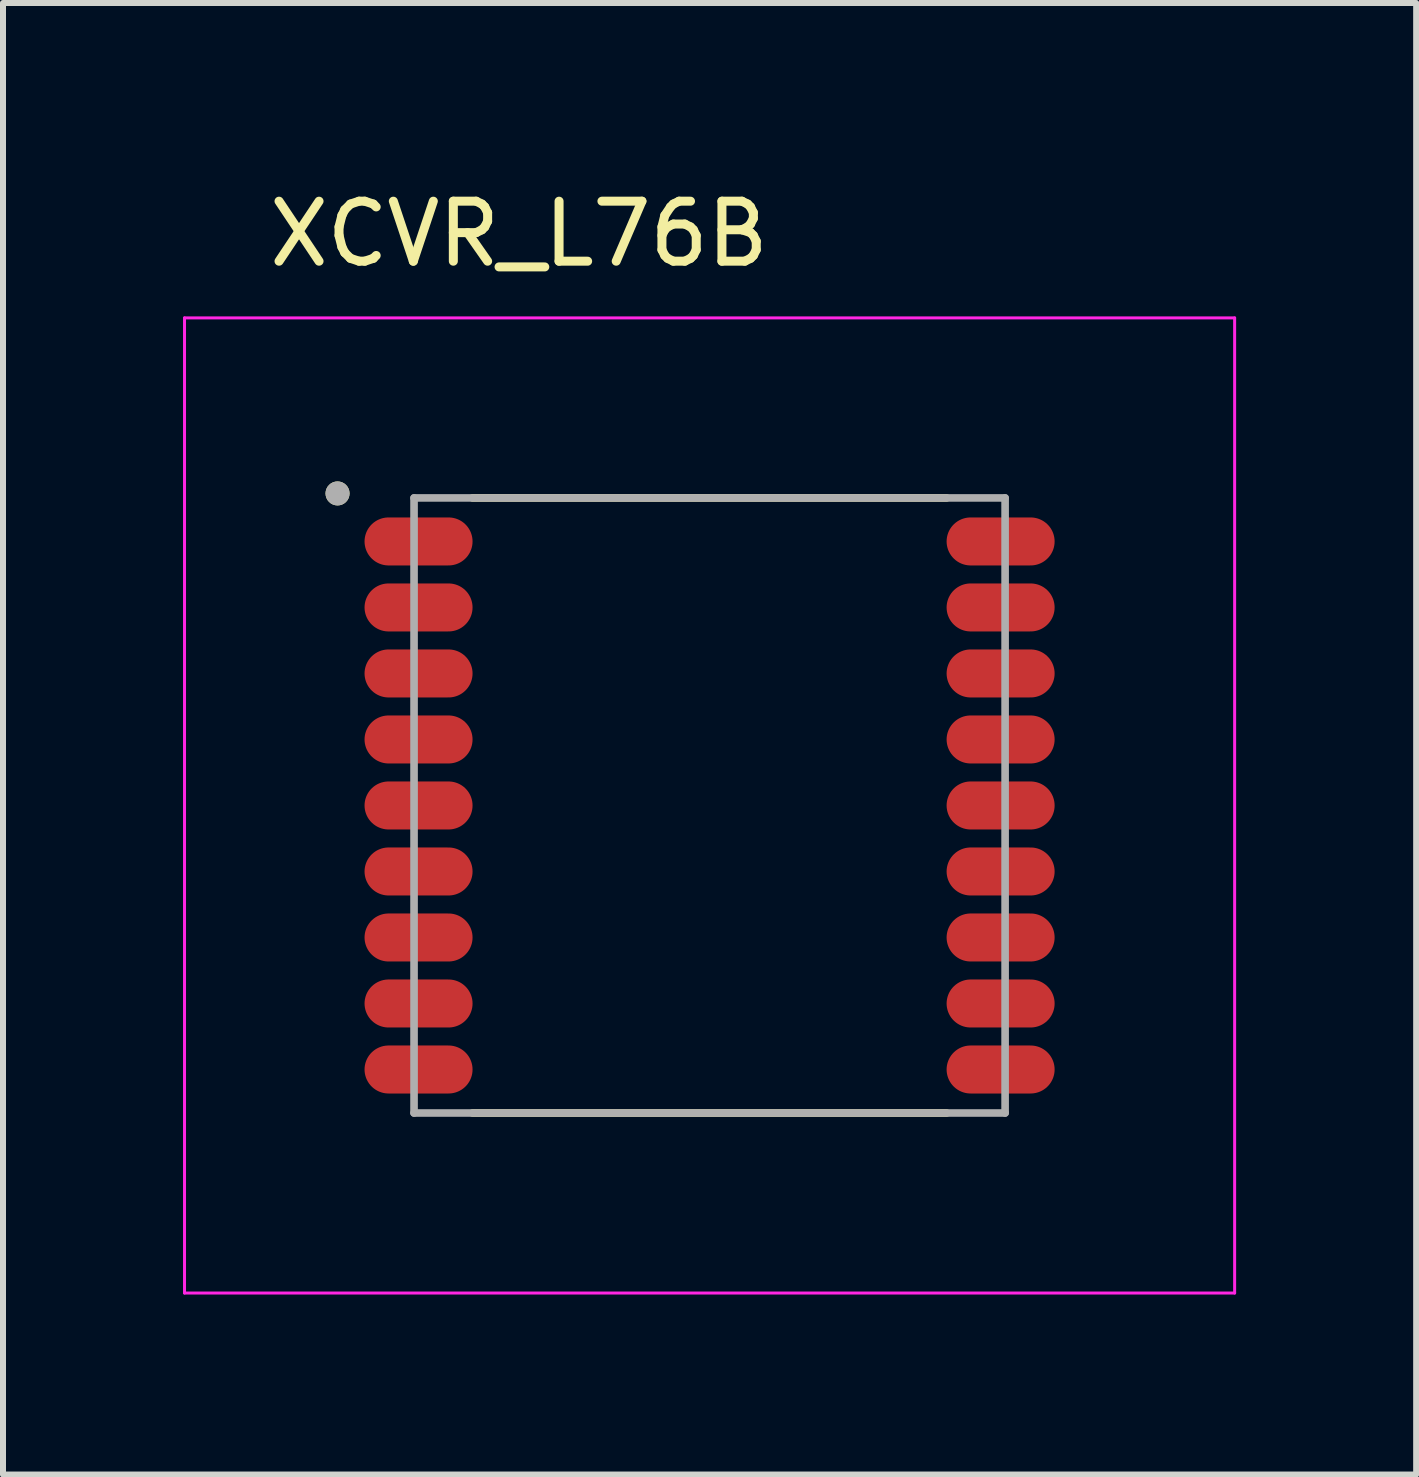
<source format=kicad_pcb>
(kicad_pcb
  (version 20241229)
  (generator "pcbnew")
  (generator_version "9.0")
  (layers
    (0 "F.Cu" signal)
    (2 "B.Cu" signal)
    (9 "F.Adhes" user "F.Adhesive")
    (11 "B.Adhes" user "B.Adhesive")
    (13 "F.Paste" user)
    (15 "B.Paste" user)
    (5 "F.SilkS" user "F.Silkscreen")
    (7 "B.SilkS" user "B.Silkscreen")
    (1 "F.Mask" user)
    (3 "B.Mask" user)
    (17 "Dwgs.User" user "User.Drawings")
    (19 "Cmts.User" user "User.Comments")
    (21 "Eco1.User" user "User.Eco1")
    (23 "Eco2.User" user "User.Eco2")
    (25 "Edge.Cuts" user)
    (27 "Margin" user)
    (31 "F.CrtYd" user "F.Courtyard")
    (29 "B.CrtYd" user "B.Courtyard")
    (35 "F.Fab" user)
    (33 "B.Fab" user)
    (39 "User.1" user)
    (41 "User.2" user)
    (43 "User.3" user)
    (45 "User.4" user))
  (footprint "XCVR_L76B"
    (layer "F.Cu")
    (at 8.775 10.373)
    (property "Reference" "XCVR_L76B" (at -3.175 -9.525 0) (layer "F.SilkS") (effects (font (size 1 1) (thickness 0.15))))
    (attr through_hole)
    (fp_line (start -3.95 -5.125) (end 3.95 -5.125) (stroke (width 0.127) (type solid)) (layer "F.SilkS"))
    (fp_line (start -3.95 5.125) (end 3.95 5.125) (stroke (width 0.127) (type solid)) (layer "F.SilkS"))
    (fp_circle (center -6.2 -5.2) (end -6.1 -5.2) (stroke (width 0.2) (type solid)) (fill no) (layer "F.SilkS"))
    (fp_poly (pts (xy -5.1 -4.8) (xy -4.45 -4.8) (xy -4.408 -4.798) (xy -4.367 -4.791) (xy -4.326 -4.78) (xy -4.287 -4.765) (xy -4.25 -4.746) (xy -4.215 -4.724) (xy -4.182 -4.697) (xy -4.153 -4.668) (xy -4.126 -4.635) (xy -4.104 -4.6) (xy -4.085 -4.563) (xy -4.07 -4.524) (xy -4.059 -4.483) (xy -4.052 -4.442) (xy -4.05 -4.4) (xy -4.052 -4.358) (xy -4.059 -4.317) (xy -4.07 -4.276) (xy -4.085 -4.237) (xy -4.104 -4.2) (xy -4.126 -4.165) (xy -4.153 -4.132) (xy -4.182 -4.103) (xy -4.215 -4.076) (xy -4.25 -4.054) (xy -4.287 -4.035) (xy -4.326 -4.02) (xy -4.367 -4.009) (xy -4.408 -4.002) (xy -4.45 -4) (xy -5.75 -4) (xy -5.792 -4.002) (xy -5.833 -4.009) (xy -5.874 -4.02) (xy -5.913 -4.035) (xy -5.95 -4.054) (xy -5.985 -4.076) (xy -6.018 -4.103) (xy -6.047 -4.132) (xy -6.074 -4.165) (xy -6.096 -4.2) (xy -6.115 -4.237) (xy -6.13 -4.276) (xy -6.141 -4.317) (xy -6.148 -4.358) (xy -6.15 -4.4) (xy -6.148 -4.442) (xy -6.141 -4.483) (xy -6.13 -4.524) (xy -6.115 -4.563) (xy -6.096 -4.6) (xy -6.074 -4.635) (xy -6.047 -4.668) (xy -6.018 -4.697) (xy -5.985 -4.724) (xy -5.95 -4.746) (xy -5.913 -4.765) (xy -5.874 -4.78) (xy -5.833 -4.791) (xy -5.792 -4.798) (xy -5.75 -4.8) (xy -5.1 -4.8)) (stroke (width 0.0001) (type solid)) (fill yes) (layer "F.Paste"))
    (fp_poly (pts (xy -5.1 -3.7) (xy -4.45 -3.7) (xy -4.408 -3.698) (xy -4.367 -3.691) (xy -4.326 -3.68) (xy -4.287 -3.665) (xy -4.25 -3.646) (xy -4.215 -3.624) (xy -4.182 -3.597) (xy -4.153 -3.568) (xy -4.126 -3.535) (xy -4.104 -3.5) (xy -4.085 -3.463) (xy -4.07 -3.424) (xy -4.059 -3.383) (xy -4.052 -3.342) (xy -4.05 -3.3) (xy -4.052 -3.258) (xy -4.059 -3.217) (xy -4.07 -3.176) (xy -4.085 -3.137) (xy -4.104 -3.1) (xy -4.126 -3.065) (xy -4.153 -3.032) (xy -4.182 -3.003) (xy -4.215 -2.976) (xy -4.25 -2.954) (xy -4.287 -2.935) (xy -4.326 -2.92) (xy -4.367 -2.909) (xy -4.408 -2.902) (xy -4.45 -2.9) (xy -5.75 -2.9) (xy -5.792 -2.902) (xy -5.833 -2.909) (xy -5.874 -2.92) (xy -5.913 -2.935) (xy -5.95 -2.954) (xy -5.985 -2.976) (xy -6.018 -3.003) (xy -6.047 -3.032) (xy -6.074 -3.065) (xy -6.096 -3.1) (xy -6.115 -3.137) (xy -6.13 -3.176) (xy -6.141 -3.217) (xy -6.148 -3.258) (xy -6.15 -3.3) (xy -6.148 -3.342) (xy -6.141 -3.383) (xy -6.13 -3.424) (xy -6.115 -3.463) (xy -6.096 -3.5) (xy -6.074 -3.535) (xy -6.047 -3.568) (xy -6.018 -3.597) (xy -5.985 -3.624) (xy -5.95 -3.646) (xy -5.913 -3.665) (xy -5.874 -3.68) (xy -5.833 -3.691) (xy -5.792 -3.698) (xy -5.75 -3.7) (xy -5.1 -3.7)) (stroke (width 0.0001) (type solid)) (fill yes) (layer "F.Paste"))
    (fp_poly (pts (xy -5.1 -2.6) (xy -4.45 -2.6) (xy -4.408 -2.598) (xy -4.367 -2.591) (xy -4.326 -2.58) (xy -4.287 -2.565) (xy -4.25 -2.546) (xy -4.215 -2.524) (xy -4.182 -2.497) (xy -4.153 -2.468) (xy -4.126 -2.435) (xy -4.104 -2.4) (xy -4.085 -2.363) (xy -4.07 -2.324) (xy -4.059 -2.283) (xy -4.052 -2.242) (xy -4.05 -2.2) (xy -4.052 -2.158) (xy -4.059 -2.117) (xy -4.07 -2.076) (xy -4.085 -2.037) (xy -4.104 -2) (xy -4.126 -1.965) (xy -4.153 -1.932) (xy -4.182 -1.903) (xy -4.215 -1.876) (xy -4.25 -1.854) (xy -4.287 -1.835) (xy -4.326 -1.82) (xy -4.367 -1.809) (xy -4.408 -1.802) (xy -4.45 -1.8) (xy -5.75 -1.8) (xy -5.792 -1.802) (xy -5.833 -1.809) (xy -5.874 -1.82) (xy -5.913 -1.835) (xy -5.95 -1.854) (xy -5.985 -1.876) (xy -6.018 -1.903) (xy -6.047 -1.932) (xy -6.074 -1.965) (xy -6.096 -2) (xy -6.115 -2.037) (xy -6.13 -2.076) (xy -6.141 -2.117) (xy -6.148 -2.158) (xy -6.15 -2.2) (xy -6.148 -2.242) (xy -6.141 -2.283) (xy -6.13 -2.324) (xy -6.115 -2.363) (xy -6.096 -2.4) (xy -6.074 -2.435) (xy -6.047 -2.468) (xy -6.018 -2.497) (xy -5.985 -2.524) (xy -5.95 -2.546) (xy -5.913 -2.565) (xy -5.874 -2.58) (xy -5.833 -2.591) (xy -5.792 -2.598) (xy -5.75 -2.6) (xy -5.1 -2.6)) (stroke (width 0.0001) (type solid)) (fill yes) (layer "F.Paste"))
    (fp_poly (pts (xy -5.1 -1.5) (xy -4.45 -1.5) (xy -4.408 -1.498) (xy -4.367 -1.491) (xy -4.326 -1.48) (xy -4.287 -1.465) (xy -4.25 -1.446) (xy -4.215 -1.424) (xy -4.182 -1.397) (xy -4.153 -1.368) (xy -4.126 -1.335) (xy -4.104 -1.3) (xy -4.085 -1.263) (xy -4.07 -1.224) (xy -4.059 -1.183) (xy -4.052 -1.142) (xy -4.05 -1.1) (xy -4.052 -1.058) (xy -4.059 -1.017) (xy -4.07 -0.976) (xy -4.085 -0.937) (xy -4.104 -0.9) (xy -4.126 -0.865) (xy -4.153 -0.832) (xy -4.182 -0.803) (xy -4.215 -0.776) (xy -4.25 -0.754) (xy -4.287 -0.735) (xy -4.326 -0.72) (xy -4.367 -0.709) (xy -4.408 -0.702) (xy -4.45 -0.7) (xy -5.75 -0.7) (xy -5.792 -0.702) (xy -5.833 -0.709) (xy -5.874 -0.72) (xy -5.913 -0.735) (xy -5.95 -0.754) (xy -5.985 -0.776) (xy -6.018 -0.803) (xy -6.047 -0.832) (xy -6.074 -0.865) (xy -6.096 -0.9) (xy -6.115 -0.937) (xy -6.13 -0.976) (xy -6.141 -1.017) (xy -6.148 -1.058) (xy -6.15 -1.1) (xy -6.148 -1.142) (xy -6.141 -1.183) (xy -6.13 -1.224) (xy -6.115 -1.263) (xy -6.096 -1.3) (xy -6.074 -1.335) (xy -6.047 -1.368) (xy -6.018 -1.397) (xy -5.985 -1.424) (xy -5.95 -1.446) (xy -5.913 -1.465) (xy -5.874 -1.48) (xy -5.833 -1.491) (xy -5.792 -1.498) (xy -5.75 -1.5) (xy -5.1 -1.5)) (stroke (width 0.0001) (type solid)) (fill yes) (layer "F.Paste"))
    (fp_poly (pts (xy -5.1 -0.4) (xy -4.45 -0.4) (xy -4.408 -0.398) (xy -4.367 -0.391) (xy -4.326 -0.38) (xy -4.287 -0.365) (xy -4.25 -0.346) (xy -4.215 -0.324) (xy -4.182 -0.297) (xy -4.153 -0.268) (xy -4.126 -0.235) (xy -4.104 -0.2) (xy -4.085 -0.163) (xy -4.07 -0.124) (xy -4.059 -0.083) (xy -4.052 -0.042) (xy -4.05 0) (xy -4.052 0.042) (xy -4.059 0.083) (xy -4.07 0.124) (xy -4.085 0.163) (xy -4.104 0.2) (xy -4.126 0.235) (xy -4.153 0.268) (xy -4.182 0.297) (xy -4.215 0.324) (xy -4.25 0.346) (xy -4.287 0.365) (xy -4.326 0.38) (xy -4.367 0.391) (xy -4.408 0.398) (xy -4.45 0.4) (xy -5.75 0.4) (xy -5.792 0.398) (xy -5.833 0.391) (xy -5.874 0.38) (xy -5.913 0.365) (xy -5.95 0.346) (xy -5.985 0.324) (xy -6.018 0.297) (xy -6.047 0.268) (xy -6.074 0.235) (xy -6.096 0.2) (xy -6.115 0.163) (xy -6.13 0.124) (xy -6.141 0.083) (xy -6.148 0.042) (xy -6.15 0) (xy -6.148 -0.042) (xy -6.141 -0.083) (xy -6.13 -0.124) (xy -6.115 -0.163) (xy -6.096 -0.2) (xy -6.074 -0.235) (xy -6.047 -0.268) (xy -6.018 -0.297) (xy -5.985 -0.324) (xy -5.95 -0.346) (xy -5.913 -0.365) (xy -5.874 -0.38) (xy -5.833 -0.391) (xy -5.792 -0.398) (xy -5.75 -0.4) (xy -5.1 -0.4)) (stroke (width 0.0001) (type solid)) (fill yes) (layer "F.Paste"))
    (fp_poly (pts (xy -5.1 0.7) (xy -4.45 0.7) (xy -4.408 0.702) (xy -4.367 0.709) (xy -4.326 0.72) (xy -4.287 0.735) (xy -4.25 0.754) (xy -4.215 0.776) (xy -4.182 0.803) (xy -4.153 0.832) (xy -4.126 0.865) (xy -4.104 0.9) (xy -4.085 0.937) (xy -4.07 0.976) (xy -4.059 1.017) (xy -4.052 1.058) (xy -4.05 1.1) (xy -4.052 1.142) (xy -4.059 1.183) (xy -4.07 1.224) (xy -4.085 1.263) (xy -4.104 1.3) (xy -4.126 1.335) (xy -4.153 1.368) (xy -4.182 1.397) (xy -4.215 1.424) (xy -4.25 1.446) (xy -4.287 1.465) (xy -4.326 1.48) (xy -4.367 1.491) (xy -4.408 1.498) (xy -4.45 1.5) (xy -5.75 1.5) (xy -5.792 1.498) (xy -5.833 1.491) (xy -5.874 1.48) (xy -5.913 1.465) (xy -5.95 1.446) (xy -5.985 1.424) (xy -6.018 1.397) (xy -6.047 1.368) (xy -6.074 1.335) (xy -6.096 1.3) (xy -6.115 1.263) (xy -6.13 1.224) (xy -6.141 1.183) (xy -6.148 1.142) (xy -6.15 1.1) (xy -6.148 1.058) (xy -6.141 1.017) (xy -6.13 0.976) (xy -6.115 0.937) (xy -6.096 0.9) (xy -6.074 0.865) (xy -6.047 0.832) (xy -6.018 0.803) (xy -5.985 0.776) (xy -5.95 0.754) (xy -5.913 0.735) (xy -5.874 0.72) (xy -5.833 0.709) (xy -5.792 0.702) (xy -5.75 0.7) (xy -5.1 0.7)) (stroke (width 0.0001) (type solid)) (fill yes) (layer "F.Paste"))
    (fp_poly (pts (xy -5.1 1.8) (xy -4.45 1.8) (xy -4.408 1.802) (xy -4.367 1.809) (xy -4.326 1.82) (xy -4.287 1.835) (xy -4.25 1.854) (xy -4.215 1.876) (xy -4.182 1.903) (xy -4.153 1.932) (xy -4.126 1.965) (xy -4.104 2) (xy -4.085 2.037) (xy -4.07 2.076) (xy -4.059 2.117) (xy -4.052 2.158) (xy -4.05 2.2) (xy -4.052 2.242) (xy -4.059 2.283) (xy -4.07 2.324) (xy -4.085 2.363) (xy -4.104 2.4) (xy -4.126 2.435) (xy -4.153 2.468) (xy -4.182 2.497) (xy -4.215 2.524) (xy -4.25 2.546) (xy -4.287 2.565) (xy -4.326 2.58) (xy -4.367 2.591) (xy -4.408 2.598) (xy -4.45 2.6) (xy -5.75 2.6) (xy -5.792 2.598) (xy -5.833 2.591) (xy -5.874 2.58) (xy -5.913 2.565) (xy -5.95 2.546) (xy -5.985 2.524) (xy -6.018 2.497) (xy -6.047 2.468) (xy -6.074 2.435) (xy -6.096 2.4) (xy -6.115 2.363) (xy -6.13 2.324) (xy -6.141 2.283) (xy -6.148 2.242) (xy -6.15 2.2) (xy -6.148 2.158) (xy -6.141 2.117) (xy -6.13 2.076) (xy -6.115 2.037) (xy -6.096 2) (xy -6.074 1.965) (xy -6.047 1.932) (xy -6.018 1.903) (xy -5.985 1.876) (xy -5.95 1.854) (xy -5.913 1.835) (xy -5.874 1.82) (xy -5.833 1.809) (xy -5.792 1.802) (xy -5.75 1.8) (xy -5.1 1.8)) (stroke (width 0.0001) (type solid)) (fill yes) (layer "F.Paste"))
    (fp_poly (pts (xy -5.1 2.9) (xy -4.45 2.9) (xy -4.408 2.902) (xy -4.367 2.909) (xy -4.326 2.92) (xy -4.287 2.935) (xy -4.25 2.954) (xy -4.215 2.976) (xy -4.182 3.003) (xy -4.153 3.032) (xy -4.126 3.065) (xy -4.104 3.1) (xy -4.085 3.137) (xy -4.07 3.176) (xy -4.059 3.217) (xy -4.052 3.258) (xy -4.05 3.3) (xy -4.052 3.342) (xy -4.059 3.383) (xy -4.07 3.424) (xy -4.085 3.463) (xy -4.104 3.5) (xy -4.126 3.535) (xy -4.153 3.568) (xy -4.182 3.597) (xy -4.215 3.624) (xy -4.25 3.646) (xy -4.287 3.665) (xy -4.326 3.68) (xy -4.367 3.691) (xy -4.408 3.698) (xy -4.45 3.7) (xy -5.75 3.7) (xy -5.792 3.698) (xy -5.833 3.691) (xy -5.874 3.68) (xy -5.913 3.665) (xy -5.95 3.646) (xy -5.985 3.624) (xy -6.018 3.597) (xy -6.047 3.568) (xy -6.074 3.535) (xy -6.096 3.5) (xy -6.115 3.463) (xy -6.13 3.424) (xy -6.141 3.383) (xy -6.148 3.342) (xy -6.15 3.3) (xy -6.148 3.258) (xy -6.141 3.217) (xy -6.13 3.176) (xy -6.115 3.137) (xy -6.096 3.1) (xy -6.074 3.065) (xy -6.047 3.032) (xy -6.018 3.003) (xy -5.985 2.976) (xy -5.95 2.954) (xy -5.913 2.935) (xy -5.874 2.92) (xy -5.833 2.909) (xy -5.792 2.902) (xy -5.75 2.9) (xy -5.1 2.9)) (stroke (width 0.0001) (type solid)) (fill yes) (layer "F.Paste"))
    (fp_poly (pts (xy -5.1 4) (xy -4.45 4) (xy -4.408 4.002) (xy -4.367 4.009) (xy -4.326 4.02) (xy -4.287 4.035) (xy -4.25 4.054) (xy -4.215 4.076) (xy -4.182 4.103) (xy -4.153 4.132) (xy -4.126 4.165) (xy -4.104 4.2) (xy -4.085 4.237) (xy -4.07 4.276) (xy -4.059 4.317) (xy -4.052 4.358) (xy -4.05 4.4) (xy -4.052 4.442) (xy -4.059 4.483) (xy -4.07 4.524) (xy -4.085 4.563) (xy -4.104 4.6) (xy -4.126 4.635) (xy -4.153 4.668) (xy -4.182 4.697) (xy -4.215 4.724) (xy -4.25 4.746) (xy -4.287 4.765) (xy -4.326 4.78) (xy -4.367 4.791) (xy -4.408 4.798) (xy -4.45 4.8) (xy -5.75 4.8) (xy -5.792 4.798) (xy -5.833 4.791) (xy -5.874 4.78) (xy -5.913 4.765) (xy -5.95 4.746) (xy -5.985 4.724) (xy -6.018 4.697) (xy -6.047 4.668) (xy -6.074 4.635) (xy -6.096 4.6) (xy -6.115 4.563) (xy -6.13 4.524) (xy -6.141 4.483) (xy -6.148 4.442) (xy -6.15 4.4) (xy -6.148 4.358) (xy -6.141 4.317) (xy -6.13 4.276) (xy -6.115 4.237) (xy -6.096 4.2) (xy -6.074 4.165) (xy -6.047 4.132) (xy -6.018 4.103) (xy -5.985 4.076) (xy -5.95 4.054) (xy -5.913 4.035) (xy -5.874 4.02) (xy -5.833 4.009) (xy -5.792 4.002) (xy -5.75 4) (xy -5.1 4)) (stroke (width 0.0001) (type solid)) (fill yes) (layer "F.Paste"))
    (fp_poly (pts (xy 5.1 -4.8) (xy 5.75 -4.8) (xy 5.792 -4.798) (xy 5.833 -4.791) (xy 5.874 -4.78) (xy 5.913 -4.765) (xy 5.95 -4.746) (xy 5.985 -4.724) (xy 6.018 -4.697) (xy 6.047 -4.668) (xy 6.074 -4.635) (xy 6.096 -4.6) (xy 6.115 -4.563) (xy 6.13 -4.524) (xy 6.141 -4.483) (xy 6.148 -4.442) (xy 6.15 -4.4) (xy 6.148 -4.358) (xy 6.141 -4.317) (xy 6.13 -4.276) (xy 6.115 -4.237) (xy 6.096 -4.2) (xy 6.074 -4.165) (xy 6.047 -4.132) (xy 6.018 -4.103) (xy 5.985 -4.076) (xy 5.95 -4.054) (xy 5.913 -4.035) (xy 5.874 -4.02) (xy 5.833 -4.009) (xy 5.792 -4.002) (xy 5.75 -4) (xy 4.45 -4) (xy 4.408 -4.002) (xy 4.367 -4.009) (xy 4.326 -4.02) (xy 4.287 -4.035) (xy 4.25 -4.054) (xy 4.215 -4.076) (xy 4.182 -4.103) (xy 4.153 -4.132) (xy 4.126 -4.165) (xy 4.104 -4.2) (xy 4.085 -4.237) (xy 4.07 -4.276) (xy 4.059 -4.317) (xy 4.052 -4.358) (xy 4.05 -4.4) (xy 4.052 -4.442) (xy 4.059 -4.483) (xy 4.07 -4.524) (xy 4.085 -4.563) (xy 4.104 -4.6) (xy 4.126 -4.635) (xy 4.153 -4.668) (xy 4.182 -4.697) (xy 4.215 -4.724) (xy 4.25 -4.746) (xy 4.287 -4.765) (xy 4.326 -4.78) (xy 4.367 -4.791) (xy 4.408 -4.798) (xy 4.45 -4.8) (xy 5.1 -4.8)) (stroke (width 0.0001) (type solid)) (fill yes) (layer "F.Paste"))
    (fp_poly (pts (xy 5.1 -3.7) (xy 5.75 -3.7) (xy 5.792 -3.698) (xy 5.833 -3.691) (xy 5.874 -3.68) (xy 5.913 -3.665) (xy 5.95 -3.646) (xy 5.985 -3.624) (xy 6.018 -3.597) (xy 6.047 -3.568) (xy 6.074 -3.535) (xy 6.096 -3.5) (xy 6.115 -3.463) (xy 6.13 -3.424) (xy 6.141 -3.383) (xy 6.148 -3.342) (xy 6.15 -3.3) (xy 6.148 -3.258) (xy 6.141 -3.217) (xy 6.13 -3.176) (xy 6.115 -3.137) (xy 6.096 -3.1) (xy 6.074 -3.065) (xy 6.047 -3.032) (xy 6.018 -3.003) (xy 5.985 -2.976) (xy 5.95 -2.954) (xy 5.913 -2.935) (xy 5.874 -2.92) (xy 5.833 -2.909) (xy 5.792 -2.902) (xy 5.75 -2.9) (xy 4.45 -2.9) (xy 4.408 -2.902) (xy 4.367 -2.909) (xy 4.326 -2.92) (xy 4.287 -2.935) (xy 4.25 -2.954) (xy 4.215 -2.976) (xy 4.182 -3.003) (xy 4.153 -3.032) (xy 4.126 -3.065) (xy 4.104 -3.1) (xy 4.085 -3.137) (xy 4.07 -3.176) (xy 4.059 -3.217) (xy 4.052 -3.258) (xy 4.05 -3.3) (xy 4.052 -3.342) (xy 4.059 -3.383) (xy 4.07 -3.424) (xy 4.085 -3.463) (xy 4.104 -3.5) (xy 4.126 -3.535) (xy 4.153 -3.568) (xy 4.182 -3.597) (xy 4.215 -3.624) (xy 4.25 -3.646) (xy 4.287 -3.665) (xy 4.326 -3.68) (xy 4.367 -3.691) (xy 4.408 -3.698) (xy 4.45 -3.7) (xy 5.1 -3.7)) (stroke (width 0.0001) (type solid)) (fill yes) (layer "F.Paste"))
    (fp_poly (pts (xy 5.1 -2.6) (xy 5.75 -2.6) (xy 5.792 -2.598) (xy 5.833 -2.591) (xy 5.874 -2.58) (xy 5.913 -2.565) (xy 5.95 -2.546) (xy 5.985 -2.524) (xy 6.018 -2.497) (xy 6.047 -2.468) (xy 6.074 -2.435) (xy 6.096 -2.4) (xy 6.115 -2.363) (xy 6.13 -2.324) (xy 6.141 -2.283) (xy 6.148 -2.242) (xy 6.15 -2.2) (xy 6.148 -2.158) (xy 6.141 -2.117) (xy 6.13 -2.076) (xy 6.115 -2.037) (xy 6.096 -2) (xy 6.074 -1.965) (xy 6.047 -1.932) (xy 6.018 -1.903) (xy 5.985 -1.876) (xy 5.95 -1.854) (xy 5.913 -1.835) (xy 5.874 -1.82) (xy 5.833 -1.809) (xy 5.792 -1.802) (xy 5.75 -1.8) (xy 4.45 -1.8) (xy 4.408 -1.802) (xy 4.367 -1.809) (xy 4.326 -1.82) (xy 4.287 -1.835) (xy 4.25 -1.854) (xy 4.215 -1.876) (xy 4.182 -1.903) (xy 4.153 -1.932) (xy 4.126 -1.965) (xy 4.104 -2) (xy 4.085 -2.037) (xy 4.07 -2.076) (xy 4.059 -2.117) (xy 4.052 -2.158) (xy 4.05 -2.2) (xy 4.052 -2.242) (xy 4.059 -2.283) (xy 4.07 -2.324) (xy 4.085 -2.363) (xy 4.104 -2.4) (xy 4.126 -2.435) (xy 4.153 -2.468) (xy 4.182 -2.497) (xy 4.215 -2.524) (xy 4.25 -2.546) (xy 4.287 -2.565) (xy 4.326 -2.58) (xy 4.367 -2.591) (xy 4.408 -2.598) (xy 4.45 -2.6) (xy 5.1 -2.6)) (stroke (width 0.0001) (type solid)) (fill yes) (layer "F.Paste"))
    (fp_poly (pts (xy 5.1 -1.5) (xy 5.75 -1.5) (xy 5.792 -1.498) (xy 5.833 -1.491) (xy 5.874 -1.48) (xy 5.913 -1.465) (xy 5.95 -1.446) (xy 5.985 -1.424) (xy 6.018 -1.397) (xy 6.047 -1.368) (xy 6.074 -1.335) (xy 6.096 -1.3) (xy 6.115 -1.263) (xy 6.13 -1.224) (xy 6.141 -1.183) (xy 6.148 -1.142) (xy 6.15 -1.1) (xy 6.148 -1.058) (xy 6.141 -1.017) (xy 6.13 -0.976) (xy 6.115 -0.937) (xy 6.096 -0.9) (xy 6.074 -0.865) (xy 6.047 -0.832) (xy 6.018 -0.803) (xy 5.985 -0.776) (xy 5.95 -0.754) (xy 5.913 -0.735) (xy 5.874 -0.72) (xy 5.833 -0.709) (xy 5.792 -0.702) (xy 5.75 -0.7) (xy 4.45 -0.7) (xy 4.408 -0.702) (xy 4.367 -0.709) (xy 4.326 -0.72) (xy 4.287 -0.735) (xy 4.25 -0.754) (xy 4.215 -0.776) (xy 4.182 -0.803) (xy 4.153 -0.832) (xy 4.126 -0.865) (xy 4.104 -0.9) (xy 4.085 -0.937) (xy 4.07 -0.976) (xy 4.059 -1.017) (xy 4.052 -1.058) (xy 4.05 -1.1) (xy 4.052 -1.142) (xy 4.059 -1.183) (xy 4.07 -1.224) (xy 4.085 -1.263) (xy 4.104 -1.3) (xy 4.126 -1.335) (xy 4.153 -1.368) (xy 4.182 -1.397) (xy 4.215 -1.424) (xy 4.25 -1.446) (xy 4.287 -1.465) (xy 4.326 -1.48) (xy 4.367 -1.491) (xy 4.408 -1.498) (xy 4.45 -1.5) (xy 5.1 -1.5)) (stroke (width 0.0001) (type solid)) (fill yes) (layer "F.Paste"))
    (fp_poly (pts (xy 5.1 -0.4) (xy 5.75 -0.4) (xy 5.792 -0.398) (xy 5.833 -0.391) (xy 5.874 -0.38) (xy 5.913 -0.365) (xy 5.95 -0.346) (xy 5.985 -0.324) (xy 6.018 -0.297) (xy 6.047 -0.268) (xy 6.074 -0.235) (xy 6.096 -0.2) (xy 6.115 -0.163) (xy 6.13 -0.124) (xy 6.141 -0.083) (xy 6.148 -0.042) (xy 6.15 0) (xy 6.148 0.042) (xy 6.141 0.083) (xy 6.13 0.124) (xy 6.115 0.163) (xy 6.096 0.2) (xy 6.074 0.235) (xy 6.047 0.268) (xy 6.018 0.297) (xy 5.985 0.324) (xy 5.95 0.346) (xy 5.913 0.365) (xy 5.874 0.38) (xy 5.833 0.391) (xy 5.792 0.398) (xy 5.75 0.4) (xy 4.45 0.4) (xy 4.408 0.398) (xy 4.367 0.391) (xy 4.326 0.38) (xy 4.287 0.365) (xy 4.25 0.346) (xy 4.215 0.324) (xy 4.182 0.297) (xy 4.153 0.268) (xy 4.126 0.235) (xy 4.104 0.2) (xy 4.085 0.163) (xy 4.07 0.124) (xy 4.059 0.083) (xy 4.052 0.042) (xy 4.05 0) (xy 4.052 -0.042) (xy 4.059 -0.083) (xy 4.07 -0.124) (xy 4.085 -0.163) (xy 4.104 -0.2) (xy 4.126 -0.235) (xy 4.153 -0.268) (xy 4.182 -0.297) (xy 4.215 -0.324) (xy 4.25 -0.346) (xy 4.287 -0.365) (xy 4.326 -0.38) (xy 4.367 -0.391) (xy 4.408 -0.398) (xy 4.45 -0.4) (xy 5.1 -0.4)) (stroke (width 0.0001) (type solid)) (fill yes) (layer "F.Paste"))
    (fp_poly (pts (xy 5.1 0.7) (xy 5.75 0.7) (xy 5.792 0.702) (xy 5.833 0.709) (xy 5.874 0.72) (xy 5.913 0.735) (xy 5.95 0.754) (xy 5.985 0.776) (xy 6.018 0.803) (xy 6.047 0.832) (xy 6.074 0.865) (xy 6.096 0.9) (xy 6.115 0.937) (xy 6.13 0.976) (xy 6.141 1.017) (xy 6.148 1.058) (xy 6.15 1.1) (xy 6.148 1.142) (xy 6.141 1.183) (xy 6.13 1.224) (xy 6.115 1.263) (xy 6.096 1.3) (xy 6.074 1.335) (xy 6.047 1.368) (xy 6.018 1.397) (xy 5.985 1.424) (xy 5.95 1.446) (xy 5.913 1.465) (xy 5.874 1.48) (xy 5.833 1.491) (xy 5.792 1.498) (xy 5.75 1.5) (xy 4.45 1.5) (xy 4.408 1.498) (xy 4.367 1.491) (xy 4.326 1.48) (xy 4.287 1.465) (xy 4.25 1.446) (xy 4.215 1.424) (xy 4.182 1.397) (xy 4.153 1.368) (xy 4.126 1.335) (xy 4.104 1.3) (xy 4.085 1.263) (xy 4.07 1.224) (xy 4.059 1.183) (xy 4.052 1.142) (xy 4.05 1.1) (xy 4.052 1.058) (xy 4.059 1.017) (xy 4.07 0.976) (xy 4.085 0.937) (xy 4.104 0.9) (xy 4.126 0.865) (xy 4.153 0.832) (xy 4.182 0.803) (xy 4.215 0.776) (xy 4.25 0.754) (xy 4.287 0.735) (xy 4.326 0.72) (xy 4.367 0.709) (xy 4.408 0.702) (xy 4.45 0.7) (xy 5.1 0.7)) (stroke (width 0.0001) (type solid)) (fill yes) (layer "F.Paste"))
    (fp_poly (pts (xy 5.1 1.8) (xy 5.75 1.8) (xy 5.792 1.802) (xy 5.833 1.809) (xy 5.874 1.82) (xy 5.913 1.835) (xy 5.95 1.854) (xy 5.985 1.876) (xy 6.018 1.903) (xy 6.047 1.932) (xy 6.074 1.965) (xy 6.096 2) (xy 6.115 2.037) (xy 6.13 2.076) (xy 6.141 2.117) (xy 6.148 2.158) (xy 6.15 2.2) (xy 6.148 2.242) (xy 6.141 2.283) (xy 6.13 2.324) (xy 6.115 2.363) (xy 6.096 2.4) (xy 6.074 2.435) (xy 6.047 2.468) (xy 6.018 2.497) (xy 5.985 2.524) (xy 5.95 2.546) (xy 5.913 2.565) (xy 5.874 2.58) (xy 5.833 2.591) (xy 5.792 2.598) (xy 5.75 2.6) (xy 4.45 2.6) (xy 4.408 2.598) (xy 4.367 2.591) (xy 4.326 2.58) (xy 4.287 2.565) (xy 4.25 2.546) (xy 4.215 2.524) (xy 4.182 2.497) (xy 4.153 2.468) (xy 4.126 2.435) (xy 4.104 2.4) (xy 4.085 2.363) (xy 4.07 2.324) (xy 4.059 2.283) (xy 4.052 2.242) (xy 4.05 2.2) (xy 4.052 2.158) (xy 4.059 2.117) (xy 4.07 2.076) (xy 4.085 2.037) (xy 4.104 2) (xy 4.126 1.965) (xy 4.153 1.932) (xy 4.182 1.903) (xy 4.215 1.876) (xy 4.25 1.854) (xy 4.287 1.835) (xy 4.326 1.82) (xy 4.367 1.809) (xy 4.408 1.802) (xy 4.45 1.8) (xy 5.1 1.8)) (stroke (width 0.0001) (type solid)) (fill yes) (layer "F.Paste"))
    (fp_poly (pts (xy 5.1 2.9) (xy 5.75 2.9) (xy 5.792 2.902) (xy 5.833 2.909) (xy 5.874 2.92) (xy 5.913 2.935) (xy 5.95 2.954) (xy 5.985 2.976) (xy 6.018 3.003) (xy 6.047 3.032) (xy 6.074 3.065) (xy 6.096 3.1) (xy 6.115 3.137) (xy 6.13 3.176) (xy 6.141 3.217) (xy 6.148 3.258) (xy 6.15 3.3) (xy 6.148 3.342) (xy 6.141 3.383) (xy 6.13 3.424) (xy 6.115 3.463) (xy 6.096 3.5) (xy 6.074 3.535) (xy 6.047 3.568) (xy 6.018 3.597) (xy 5.985 3.624) (xy 5.95 3.646) (xy 5.913 3.665) (xy 5.874 3.68) (xy 5.833 3.691) (xy 5.792 3.698) (xy 5.75 3.7) (xy 4.45 3.7) (xy 4.408 3.698) (xy 4.367 3.691) (xy 4.326 3.68) (xy 4.287 3.665) (xy 4.25 3.646) (xy 4.215 3.624) (xy 4.182 3.597) (xy 4.153 3.568) (xy 4.126 3.535) (xy 4.104 3.5) (xy 4.085 3.463) (xy 4.07 3.424) (xy 4.059 3.383) (xy 4.052 3.342) (xy 4.05 3.3) (xy 4.052 3.258) (xy 4.059 3.217) (xy 4.07 3.176) (xy 4.085 3.137) (xy 4.104 3.1) (xy 4.126 3.065) (xy 4.153 3.032) (xy 4.182 3.003) (xy 4.215 2.976) (xy 4.25 2.954) (xy 4.287 2.935) (xy 4.326 2.92) (xy 4.367 2.909) (xy 4.408 2.902) (xy 4.45 2.9) (xy 5.1 2.9)) (stroke (width 0.0001) (type solid)) (fill yes) (layer "F.Paste"))
    (fp_poly (pts (xy 5.1 4) (xy 5.75 4) (xy 5.792 4.002) (xy 5.833 4.009) (xy 5.874 4.02) (xy 5.913 4.035) (xy 5.95 4.054) (xy 5.985 4.076) (xy 6.018 4.103) (xy 6.047 4.132) (xy 6.074 4.165) (xy 6.096 4.2) (xy 6.115 4.237) (xy 6.13 4.276) (xy 6.141 4.317) (xy 6.148 4.358) (xy 6.15 4.4) (xy 6.148 4.442) (xy 6.141 4.483) (xy 6.13 4.524) (xy 6.115 4.563) (xy 6.096 4.6) (xy 6.074 4.635) (xy 6.047 4.668) (xy 6.018 4.697) (xy 5.985 4.724) (xy 5.95 4.746) (xy 5.913 4.765) (xy 5.874 4.78) (xy 5.833 4.791) (xy 5.792 4.798) (xy 5.75 4.8) (xy 4.45 4.8) (xy 4.408 4.798) (xy 4.367 4.791) (xy 4.326 4.78) (xy 4.287 4.765) (xy 4.25 4.746) (xy 4.215 4.724) (xy 4.182 4.697) (xy 4.153 4.668) (xy 4.126 4.635) (xy 4.104 4.6) (xy 4.085 4.563) (xy 4.07 4.524) (xy 4.059 4.483) (xy 4.052 4.442) (xy 4.05 4.4) (xy 4.052 4.358) (xy 4.059 4.317) (xy 4.07 4.276) (xy 4.085 4.237) (xy 4.104 4.2) (xy 4.126 4.165) (xy 4.153 4.132) (xy 4.182 4.103) (xy 4.215 4.076) (xy 4.25 4.054) (xy 4.287 4.035) (xy 4.326 4.02) (xy 4.367 4.009) (xy 4.408 4.002) (xy 4.45 4) (xy 5.1 4)) (stroke (width 0.0001) (type solid)) (fill yes) (layer "F.Paste"))
    (fp_line (start -8.75 -8.125) (end 8.75 -8.125) (stroke (width 0.05) (type solid)) (layer "F.CrtYd"))
    (fp_line (start -8.75 8.125) (end -8.75 -8.125) (stroke (width 0.05) (type solid)) (layer "F.CrtYd"))
    (fp_line (start 8.75 -8.125) (end 8.75 8.125) (stroke (width 0.05) (type solid)) (layer "F.CrtYd"))
    (fp_line (start 8.75 8.125) (end -8.75 8.125) (stroke (width 0.05) (type solid)) (layer "F.CrtYd"))
    (fp_line (start -4.925 -5.125) (end -4.925 5.125) (stroke (width 0.127) (type solid)) (layer "F.Fab"))
    (fp_line (start -4.925 5.125) (end 4.925 5.125) (stroke (width 0.127) (type solid)) (layer "F.Fab"))
    (fp_line (start 4.925 -5.125) (end -4.925 -5.125) (stroke (width 0.127) (type solid)) (layer "F.Fab"))
    (fp_line (start 4.925 5.125) (end 4.925 -5.125) (stroke (width 0.127) (type solid)) (layer "F.Fab"))
    (fp_circle (center -6.2 -5.2) (end -6.1 -5.2) (stroke (width 0.2) (type solid)) (fill no) (layer "F.Fab"))
    (pad "1" smd oval (at -4.85 -4.4) (size 1.8 0.8) (layers "F.Cu" "F.Mask"))
    (pad "2" smd oval (at -4.85 -3.3) (size 1.8 0.8) (layers "F.Cu" "F.Mask"))
    (pad "3" smd oval (at -4.85 -2.2) (size 1.8 0.8) (layers "F.Cu" "F.Mask"))
    (pad "4" smd oval (at -4.85 -1.1) (size 1.8 0.8) (layers "F.Cu" "F.Mask"))
    (pad "5" smd oval (at -4.85 0) (size 1.8 0.8) (layers "F.Cu" "F.Mask"))
    (pad "6" smd oval (at -4.85 1.1) (size 1.8 0.8) (layers "F.Cu" "F.Mask"))
    (pad "7" smd oval (at -4.85 2.2) (size 1.8 0.8) (layers "F.Cu" "F.Mask"))
    (pad "8" smd oval (at -4.85 3.3) (size 1.8 0.8) (layers "F.Cu" "F.Mask"))
    (pad "9" smd oval (at -4.85 4.4) (size 1.8 0.8) (layers "F.Cu" "F.Mask"))
    (pad "10" smd oval (at 4.85 4.4) (size 1.8 0.8) (layers "F.Cu" "F.Mask"))
    (pad "11" smd oval (at 4.85 3.3) (size 1.8 0.8) (layers "F.Cu" "F.Mask"))
    (pad "12" smd oval (at 4.85 2.2) (size 1.8 0.8) (layers "F.Cu" "F.Mask"))
    (pad "13" smd oval (at 4.85 1.1) (size 1.8 0.8) (layers "F.Cu" "F.Mask"))
    (pad "14" smd oval (at 4.85 0) (size 1.8 0.8) (layers "F.Cu" "F.Mask"))
    (pad "15" smd oval (at 4.85 -1.1) (size 1.8 0.8) (layers "F.Cu" "F.Mask"))
    (pad "16" smd oval (at 4.85 -2.2) (size 1.8 0.8) (layers "F.Cu" "F.Mask"))
    (pad "17" smd oval (at 4.85 -3.3) (size 1.8 0.8) (layers "F.Cu" "F.Mask"))
    (pad "18" smd oval (at 4.85 -4.4) (size 1.8 0.8) (layers "F.Cu" "F.Mask")))
  (gr_rect
    (start -3 -3)
    (end 20.55 21.523)
    (stroke (width 0.1) (type default))
    (fill no)
    (layer "Edge.Cuts")))
</source>
